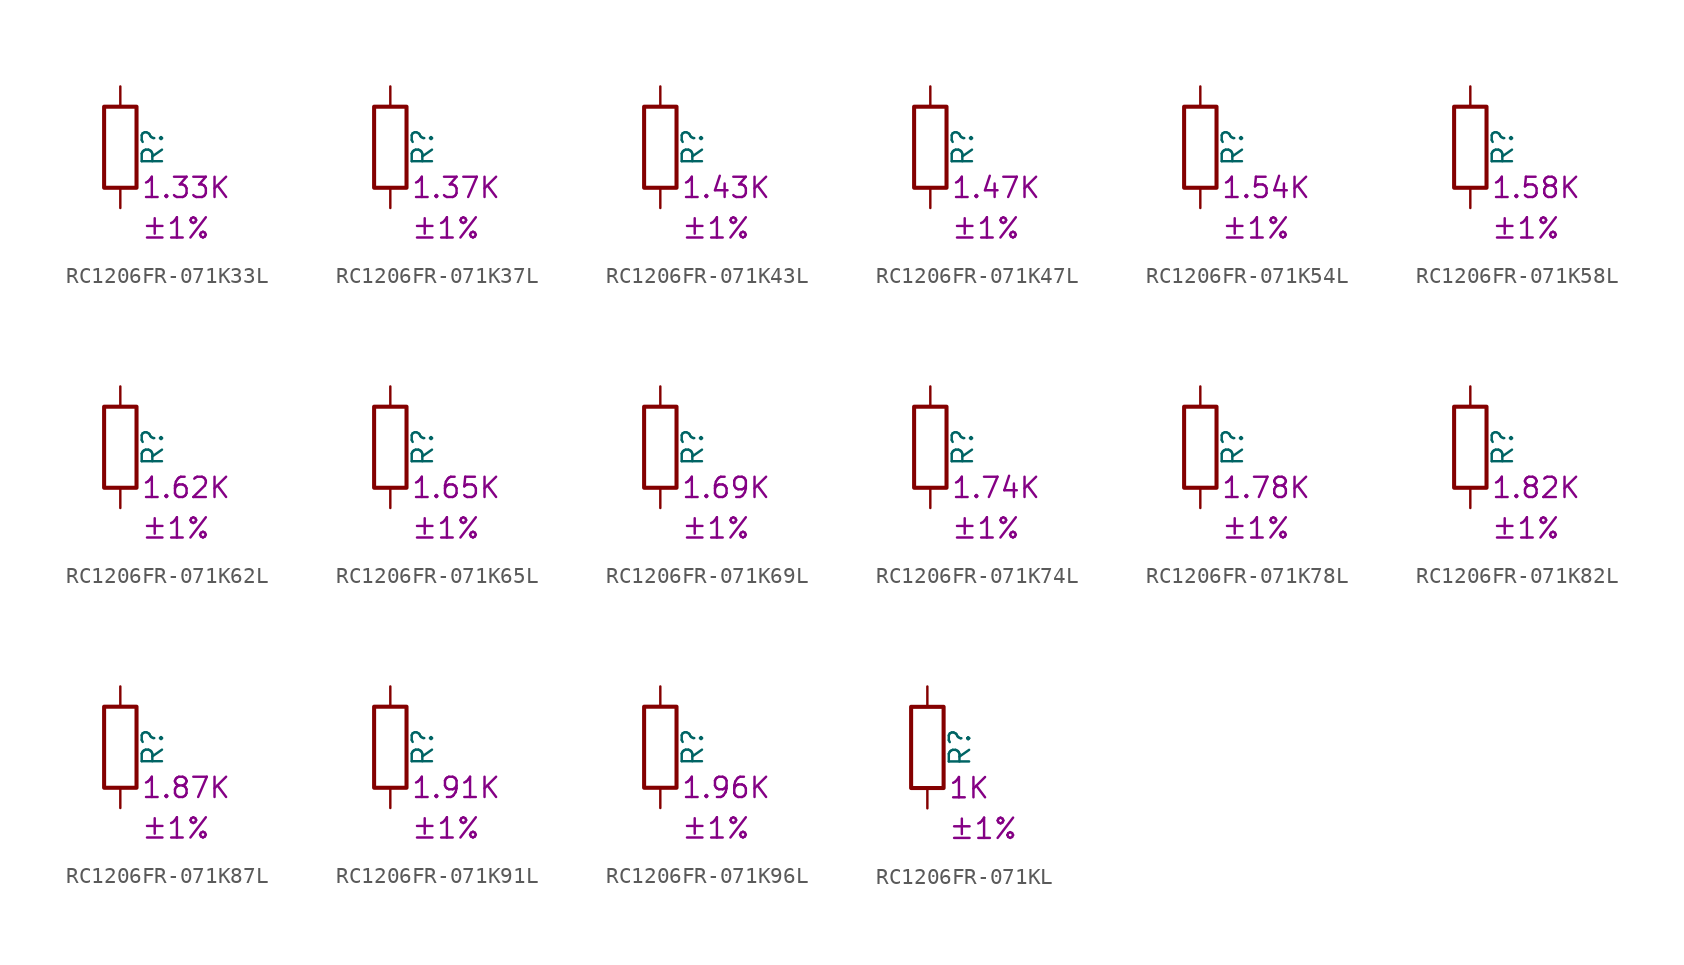
<source format=kicad_sym>
(kicad_symbol_lib
  (version 20220914)
  (generator kicad_symbol_editor)
  (symbol "RC1206FR-071K33L"
    (pin_numbers hide)
    (pin_names
      (offset 0))
    (property "Reference" "R"
      (at 2.032 0 90)
      (effects (font (size 1.27 1.27))))
    (property "Resistance" "1.33K"
      (at 1.27 -2.54 0)
      (effects (font (size 1.27 1.27)) (justify left)))
    (property "Tolerance" "±1%"
      (at 1.27 -5.08 0)
      (effects (font (size 1.27 1.27)) (justify left)))
    (symbol "RC1206FR-071K33L_0_1"
      (rectangle (start -1.016 -2.54) (end 1.016 2.54) (stroke (width 0.254) (type default)) (fill (type none))))
    (symbol "RC1206FR-071K33L_1_1"
      (pin passive line (at 0 3.81 270) (length 1.27) (name "~" (effects (font (size 1.27 1.27)))) (number "1" (effects (font (size 1.27 1.27)))))
      (pin passive line (at 0 -3.81 90) (length 1.27) (name "~" (effects (font (size 1.27 1.27)))) (number "2" (effects (font (size 1.27 1.27)))))))
  (symbol "RC1206FR-071K37L"
    (pin_numbers hide)
    (pin_names
      (offset 0))
    (property "Reference" "R"
      (at 2.032 0 90)
      (effects (font (size 1.27 1.27))))
    (property "Resistance" "1.37K"
      (at 1.27 -2.54 0)
      (effects (font (size 1.27 1.27)) (justify left)))
    (property "Tolerance" "±1%"
      (at 1.27 -5.08 0)
      (effects (font (size 1.27 1.27)) (justify left)))
    (symbol "RC1206FR-071K37L_0_1"
      (rectangle (start -1.016 -2.54) (end 1.016 2.54) (stroke (width 0.254) (type default)) (fill (type none))))
    (symbol "RC1206FR-071K37L_1_1"
      (pin passive line (at 0 3.81 270) (length 1.27) (name "~" (effects (font (size 1.27 1.27)))) (number "1" (effects (font (size 1.27 1.27)))))
      (pin passive line (at 0 -3.81 90) (length 1.27) (name "~" (effects (font (size 1.27 1.27)))) (number "2" (effects (font (size 1.27 1.27)))))))
  (symbol "RC1206FR-071K43L"
    (pin_numbers hide)
    (pin_names
      (offset 0))
    (property "Reference" "R"
      (at 2.032 0 90)
      (effects (font (size 1.27 1.27))))
    (property "Resistance" "1.43K"
      (at 1.27 -2.54 0)
      (effects (font (size 1.27 1.27)) (justify left)))
    (property "Tolerance" "±1%"
      (at 1.27 -5.08 0)
      (effects (font (size 1.27 1.27)) (justify left)))
    (symbol "RC1206FR-071K43L_0_1"
      (rectangle (start -1.016 -2.54) (end 1.016 2.54) (stroke (width 0.254) (type default)) (fill (type none))))
    (symbol "RC1206FR-071K43L_1_1"
      (pin passive line (at 0 3.81 270) (length 1.27) (name "~" (effects (font (size 1.27 1.27)))) (number "1" (effects (font (size 1.27 1.27)))))
      (pin passive line (at 0 -3.81 90) (length 1.27) (name "~" (effects (font (size 1.27 1.27)))) (number "2" (effects (font (size 1.27 1.27)))))))
  (symbol "RC1206FR-071K47L"
    (pin_numbers hide)
    (pin_names
      (offset 0))
    (property "Reference" "R"
      (at 2.032 0 90)
      (effects (font (size 1.27 1.27))))
    (property "Resistance" "1.47K"
      (at 1.27 -2.54 0)
      (effects (font (size 1.27 1.27)) (justify left)))
    (property "Tolerance" "±1%"
      (at 1.27 -5.08 0)
      (effects (font (size 1.27 1.27)) (justify left)))
    (symbol "RC1206FR-071K47L_0_1"
      (rectangle (start -1.016 -2.54) (end 1.016 2.54) (stroke (width 0.254) (type default)) (fill (type none))))
    (symbol "RC1206FR-071K47L_1_1"
      (pin passive line (at 0 3.81 270) (length 1.27) (name "~" (effects (font (size 1.27 1.27)))) (number "1" (effects (font (size 1.27 1.27)))))
      (pin passive line (at 0 -3.81 90) (length 1.27) (name "~" (effects (font (size 1.27 1.27)))) (number "2" (effects (font (size 1.27 1.27)))))))
  (symbol "RC1206FR-071K54L"
    (pin_numbers hide)
    (pin_names
      (offset 0))
    (property "Reference" "R"
      (at 2.032 0 90)
      (effects (font (size 1.27 1.27))))
    (property "Resistance" "1.54K"
      (at 1.27 -2.54 0)
      (effects (font (size 1.27 1.27)) (justify left)))
    (property "Tolerance" "±1%"
      (at 1.27 -5.08 0)
      (effects (font (size 1.27 1.27)) (justify left)))
    (symbol "RC1206FR-071K54L_0_1"
      (rectangle (start -1.016 -2.54) (end 1.016 2.54) (stroke (width 0.254) (type default)) (fill (type none))))
    (symbol "RC1206FR-071K54L_1_1"
      (pin passive line (at 0 3.81 270) (length 1.27) (name "~" (effects (font (size 1.27 1.27)))) (number "1" (effects (font (size 1.27 1.27)))))
      (pin passive line (at 0 -3.81 90) (length 1.27) (name "~" (effects (font (size 1.27 1.27)))) (number "2" (effects (font (size 1.27 1.27)))))))
  (symbol "RC1206FR-071K58L"
    (pin_numbers hide)
    (pin_names
      (offset 0))
    (property "Reference" "R"
      (at 2.032 0 90)
      (effects (font (size 1.27 1.27))))
    (property "Resistance" "1.58K"
      (at 1.27 -2.54 0)
      (effects (font (size 1.27 1.27)) (justify left)))
    (property "Tolerance" "±1%"
      (at 1.27 -5.08 0)
      (effects (font (size 1.27 1.27)) (justify left)))
    (symbol "RC1206FR-071K58L_0_1"
      (rectangle (start -1.016 -2.54) (end 1.016 2.54) (stroke (width 0.254) (type default)) (fill (type none))))
    (symbol "RC1206FR-071K58L_1_1"
      (pin passive line (at 0 3.81 270) (length 1.27) (name "~" (effects (font (size 1.27 1.27)))) (number "1" (effects (font (size 1.27 1.27)))))
      (pin passive line (at 0 -3.81 90) (length 1.27) (name "~" (effects (font (size 1.27 1.27)))) (number "2" (effects (font (size 1.27 1.27)))))))
  (symbol "RC1206FR-071K62L"
    (pin_numbers hide)
    (pin_names
      (offset 0))
    (property "Reference" "R"
      (at 2.032 0 90)
      (effects (font (size 1.27 1.27))))
    (property "Resistance" "1.62K"
      (at 1.27 -2.54 0)
      (effects (font (size 1.27 1.27)) (justify left)))
    (property "Tolerance" "±1%"
      (at 1.27 -5.08 0)
      (effects (font (size 1.27 1.27)) (justify left)))
    (symbol "RC1206FR-071K62L_0_1"
      (rectangle (start -1.016 -2.54) (end 1.016 2.54) (stroke (width 0.254) (type default)) (fill (type none))))
    (symbol "RC1206FR-071K62L_1_1"
      (pin passive line (at 0 3.81 270) (length 1.27) (name "~" (effects (font (size 1.27 1.27)))) (number "1" (effects (font (size 1.27 1.27)))))
      (pin passive line (at 0 -3.81 90) (length 1.27) (name "~" (effects (font (size 1.27 1.27)))) (number "2" (effects (font (size 1.27 1.27)))))))
  (symbol "RC1206FR-071K65L"
    (pin_numbers hide)
    (pin_names
      (offset 0))
    (property "Reference" "R"
      (at 2.032 0 90)
      (effects (font (size 1.27 1.27))))
    (property "Resistance" "1.65K"
      (at 1.27 -2.54 0)
      (effects (font (size 1.27 1.27)) (justify left)))
    (property "Tolerance" "±1%"
      (at 1.27 -5.08 0)
      (effects (font (size 1.27 1.27)) (justify left)))
    (symbol "RC1206FR-071K65L_0_1"
      (rectangle (start -1.016 -2.54) (end 1.016 2.54) (stroke (width 0.254) (type default)) (fill (type none))))
    (symbol "RC1206FR-071K65L_1_1"
      (pin passive line (at 0 3.81 270) (length 1.27) (name "~" (effects (font (size 1.27 1.27)))) (number "1" (effects (font (size 1.27 1.27)))))
      (pin passive line (at 0 -3.81 90) (length 1.27) (name "~" (effects (font (size 1.27 1.27)))) (number "2" (effects (font (size 1.27 1.27)))))))
  (symbol "RC1206FR-071K69L"
    (pin_numbers hide)
    (pin_names
      (offset 0))
    (property "Reference" "R"
      (at 2.032 0 90)
      (effects (font (size 1.27 1.27))))
    (property "Resistance" "1.69K"
      (at 1.27 -2.54 0)
      (effects (font (size 1.27 1.27)) (justify left)))
    (property "Tolerance" "±1%"
      (at 1.27 -5.08 0)
      (effects (font (size 1.27 1.27)) (justify left)))
    (symbol "RC1206FR-071K69L_0_1"
      (rectangle (start -1.016 -2.54) (end 1.016 2.54) (stroke (width 0.254) (type default)) (fill (type none))))
    (symbol "RC1206FR-071K69L_1_1"
      (pin passive line (at 0 3.81 270) (length 1.27) (name "~" (effects (font (size 1.27 1.27)))) (number "1" (effects (font (size 1.27 1.27)))))
      (pin passive line (at 0 -3.81 90) (length 1.27) (name "~" (effects (font (size 1.27 1.27)))) (number "2" (effects (font (size 1.27 1.27)))))))
  (symbol "RC1206FR-071K74L"
    (pin_numbers hide)
    (pin_names
      (offset 0))
    (property "Reference" "R"
      (at 2.032 0 90)
      (effects (font (size 1.27 1.27))))
    (property "Resistance" "1.74K"
      (at 1.27 -2.54 0)
      (effects (font (size 1.27 1.27)) (justify left)))
    (property "Tolerance" "±1%"
      (at 1.27 -5.08 0)
      (effects (font (size 1.27 1.27)) (justify left)))
    (symbol "RC1206FR-071K74L_0_1"
      (rectangle (start -1.016 -2.54) (end 1.016 2.54) (stroke (width 0.254) (type default)) (fill (type none))))
    (symbol "RC1206FR-071K74L_1_1"
      (pin passive line (at 0 3.81 270) (length 1.27) (name "~" (effects (font (size 1.27 1.27)))) (number "1" (effects (font (size 1.27 1.27)))))
      (pin passive line (at 0 -3.81 90) (length 1.27) (name "~" (effects (font (size 1.27 1.27)))) (number "2" (effects (font (size 1.27 1.27)))))))
  (symbol "RC1206FR-071K78L"
    (pin_numbers hide)
    (pin_names
      (offset 0))
    (property "Reference" "R"
      (at 2.032 0 90)
      (effects (font (size 1.27 1.27))))
    (property "Resistance" "1.78K"
      (at 1.27 -2.54 0)
      (effects (font (size 1.27 1.27)) (justify left)))
    (property "Tolerance" "±1%"
      (at 1.27 -5.08 0)
      (effects (font (size 1.27 1.27)) (justify left)))
    (symbol "RC1206FR-071K78L_0_1"
      (rectangle (start -1.016 -2.54) (end 1.016 2.54) (stroke (width 0.254) (type default)) (fill (type none))))
    (symbol "RC1206FR-071K78L_1_1"
      (pin passive line (at 0 3.81 270) (length 1.27) (name "~" (effects (font (size 1.27 1.27)))) (number "1" (effects (font (size 1.27 1.27)))))
      (pin passive line (at 0 -3.81 90) (length 1.27) (name "~" (effects (font (size 1.27 1.27)))) (number "2" (effects (font (size 1.27 1.27)))))))
  (symbol "RC1206FR-071K82L"
    (pin_numbers hide)
    (pin_names
      (offset 0))
    (property "Reference" "R"
      (at 2.032 0 90)
      (effects (font (size 1.27 1.27))))
    (property "Resistance" "1.82K"
      (at 1.27 -2.54 0)
      (effects (font (size 1.27 1.27)) (justify left)))
    (property "Tolerance" "±1%"
      (at 1.27 -5.08 0)
      (effects (font (size 1.27 1.27)) (justify left)))
    (symbol "RC1206FR-071K82L_0_1"
      (rectangle (start -1.016 -2.54) (end 1.016 2.54) (stroke (width 0.254) (type default)) (fill (type none))))
    (symbol "RC1206FR-071K82L_1_1"
      (pin passive line (at 0 3.81 270) (length 1.27) (name "~" (effects (font (size 1.27 1.27)))) (number "1" (effects (font (size 1.27 1.27)))))
      (pin passive line (at 0 -3.81 90) (length 1.27) (name "~" (effects (font (size 1.27 1.27)))) (number "2" (effects (font (size 1.27 1.27)))))))
  (symbol "RC1206FR-071K87L"
    (pin_numbers hide)
    (pin_names
      (offset 0))
    (property "Reference" "R"
      (at 2.032 0 90)
      (effects (font (size 1.27 1.27))))
    (property "Resistance" "1.87K"
      (at 1.27 -2.54 0)
      (effects (font (size 1.27 1.27)) (justify left)))
    (property "Tolerance" "±1%"
      (at 1.27 -5.08 0)
      (effects (font (size 1.27 1.27)) (justify left)))
    (symbol "RC1206FR-071K87L_0_1"
      (rectangle (start -1.016 -2.54) (end 1.016 2.54) (stroke (width 0.254) (type default)) (fill (type none))))
    (symbol "RC1206FR-071K87L_1_1"
      (pin passive line (at 0 3.81 270) (length 1.27) (name "~" (effects (font (size 1.27 1.27)))) (number "1" (effects (font (size 1.27 1.27)))))
      (pin passive line (at 0 -3.81 90) (length 1.27) (name "~" (effects (font (size 1.27 1.27)))) (number "2" (effects (font (size 1.27 1.27)))))))
  (symbol "RC1206FR-071K91L"
    (pin_numbers hide)
    (pin_names
      (offset 0))
    (property "Reference" "R"
      (at 2.032 0 90)
      (effects (font (size 1.27 1.27))))
    (property "Resistance" "1.91K"
      (at 1.27 -2.54 0)
      (effects (font (size 1.27 1.27)) (justify left)))
    (property "Tolerance" "±1%"
      (at 1.27 -5.08 0)
      (effects (font (size 1.27 1.27)) (justify left)))
    (symbol "RC1206FR-071K91L_0_1"
      (rectangle (start -1.016 -2.54) (end 1.016 2.54) (stroke (width 0.254) (type default)) (fill (type none))))
    (symbol "RC1206FR-071K91L_1_1"
      (pin passive line (at 0 3.81 270) (length 1.27) (name "~" (effects (font (size 1.27 1.27)))) (number "1" (effects (font (size 1.27 1.27)))))
      (pin passive line (at 0 -3.81 90) (length 1.27) (name "~" (effects (font (size 1.27 1.27)))) (number "2" (effects (font (size 1.27 1.27)))))))
  (symbol "RC1206FR-071K96L"
    (pin_numbers hide)
    (pin_names
      (offset 0))
    (property "Reference" "R"
      (at 2.032 0 90)
      (effects (font (size 1.27 1.27))))
    (property "Resistance" "1.96K"
      (at 1.27 -2.54 0)
      (effects (font (size 1.27 1.27)) (justify left)))
    (property "Tolerance" "±1%"
      (at 1.27 -5.08 0)
      (effects (font (size 1.27 1.27)) (justify left)))
    (symbol "RC1206FR-071K96L_0_1"
      (rectangle (start -1.016 -2.54) (end 1.016 2.54) (stroke (width 0.254) (type default)) (fill (type none))))
    (symbol "RC1206FR-071K96L_1_1"
      (pin passive line (at 0 3.81 270) (length 1.27) (name "~" (effects (font (size 1.27 1.27)))) (number "1" (effects (font (size 1.27 1.27)))))
      (pin passive line (at 0 -3.81 90) (length 1.27) (name "~" (effects (font (size 1.27 1.27)))) (number "2" (effects (font (size 1.27 1.27)))))))
  (symbol "RC1206FR-071KL"
    (pin_numbers hide)
    (pin_names
      (offset 0))
    (property "Reference" "R"
      (at 2.032 0 90)
      (effects (font (size 1.27 1.27))))
    (property "Resistance" "1K"
      (at 1.27 -2.54 0)
      (effects (font (size 1.27 1.27)) (justify left)))
    (property "Tolerance" "±1%"
      (at 1.27 -5.08 0)
      (effects (font (size 1.27 1.27)) (justify left)))
    (symbol "RC1206FR-071KL_0_1"
      (rectangle (start -1.016 -2.54) (end 1.016 2.54) (stroke (width 0.254) (type default)) (fill (type none))))
    (symbol "RC1206FR-071KL_1_1"
      (pin passive line (at 0 3.81 270) (length 1.27) (name "~" (effects (font (size 1.27 1.27)))) (number "1" (effects (font (size 1.27 1.27)))))
      (pin passive line (at 0 -3.81 90) (length 1.27) (name "~" (effects (font (size 1.27 1.27)))) (number "2" (effects (font (size 1.27 1.27))))))))
</source>
